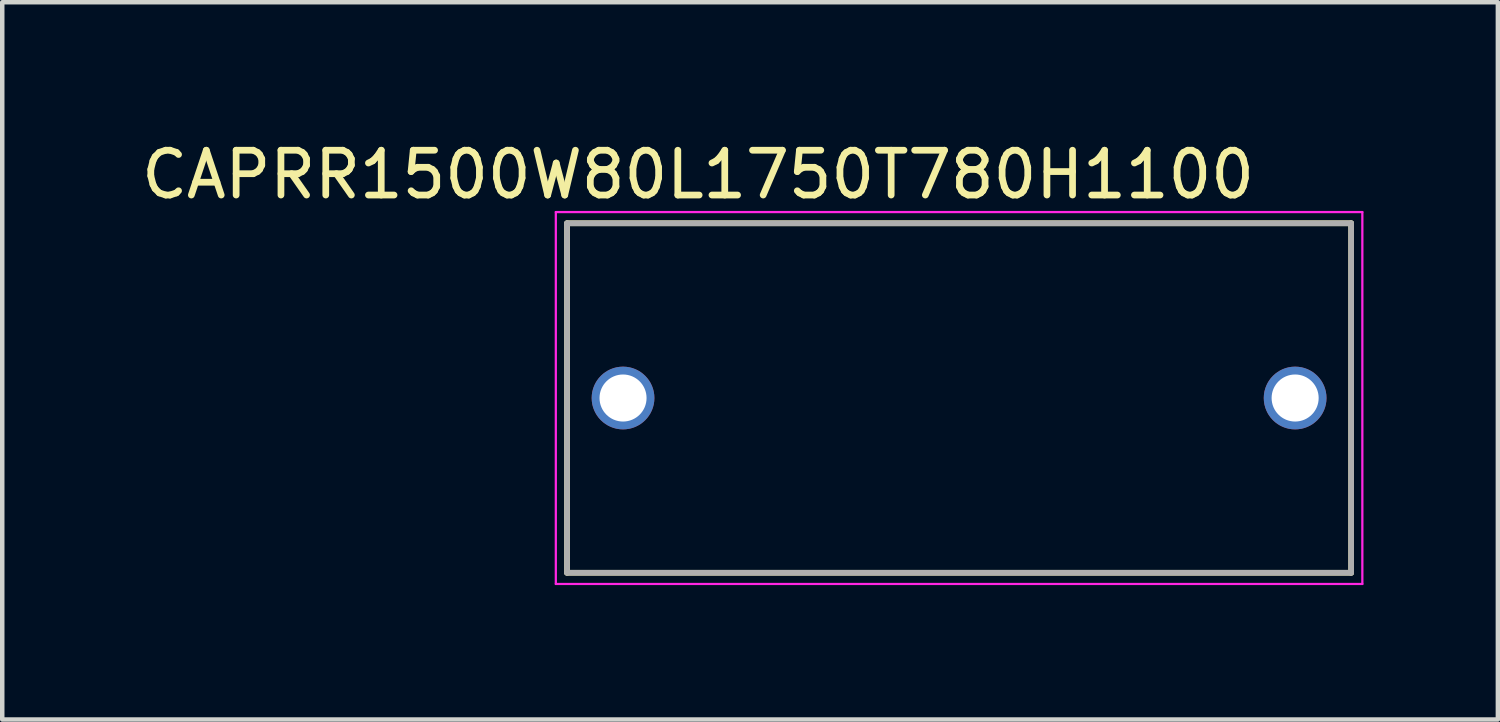
<source format=kicad_pcb>
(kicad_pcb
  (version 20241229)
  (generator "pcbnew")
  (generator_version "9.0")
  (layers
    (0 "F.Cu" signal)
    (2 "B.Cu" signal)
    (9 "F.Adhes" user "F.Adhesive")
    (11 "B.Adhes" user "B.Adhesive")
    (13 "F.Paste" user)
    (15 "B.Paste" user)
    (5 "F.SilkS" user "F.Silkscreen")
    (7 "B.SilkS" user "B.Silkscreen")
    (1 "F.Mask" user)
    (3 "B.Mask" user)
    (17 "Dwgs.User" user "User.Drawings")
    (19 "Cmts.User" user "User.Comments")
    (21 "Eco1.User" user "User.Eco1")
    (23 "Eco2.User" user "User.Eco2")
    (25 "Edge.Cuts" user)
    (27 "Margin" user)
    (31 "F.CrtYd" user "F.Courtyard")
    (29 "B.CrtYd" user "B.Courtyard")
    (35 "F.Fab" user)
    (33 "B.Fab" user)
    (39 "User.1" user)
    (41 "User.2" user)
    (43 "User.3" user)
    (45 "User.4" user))
  (footprint "CAPRR1500W80L1750T780H1100"
    (layer "F.Cu")
    (at 18.355 5.833)
    (property "Reference" "CAPRR1500W80L1750T780H1100" (at -5.825 -4.985 0) (layer "F.SilkS") (effects (font (size 1 1) (thickness 0.15))))
    (attr through_hole)
    (fp_line (start -8.75 -3.9) (end -8.75 3.9) (stroke (width 0.127) (type solid)) (layer "F.SilkS"))
    (fp_line (start -8.75 -3.9) (end 8.75 -3.9) (stroke (width 0.127) (type solid)) (layer "F.SilkS"))
    (fp_line (start -8.75 3.9) (end 8.75 3.9) (stroke (width 0.127) (type solid)) (layer "F.SilkS"))
    (fp_line (start 8.75 -3.9) (end 8.75 3.9) (stroke (width 0.127) (type solid)) (layer "F.SilkS"))
    (fp_line (start -9 -4.15) (end -9 4.15) (stroke (width 0.05) (type solid)) (layer "F.CrtYd"))
    (fp_line (start -9 -4.15) (end 9 -4.15) (stroke (width 0.05) (type solid)) (layer "F.CrtYd"))
    (fp_line (start 9 -4.15) (end 9 4.15) (stroke (width 0.05) (type solid)) (layer "F.CrtYd"))
    (fp_line (start 9 4.15) (end -9 4.15) (stroke (width 0.05) (type solid)) (layer "F.CrtYd"))
    (fp_line (start -8.75 -3.9) (end -8.75 3.9) (stroke (width 0.127) (type solid)) (layer "F.Fab"))
    (fp_line (start -8.75 -3.9) (end 8.75 -3.9) (stroke (width 0.127) (type solid)) (layer "F.Fab"))
    (fp_line (start 8.75 -3.9) (end 8.75 3.9) (stroke (width 0.127) (type solid)) (layer "F.Fab"))
    (fp_line (start 8.75 3.9) (end -8.75 3.9) (stroke (width 0.127) (type solid)) (layer "F.Fab"))
    (pad "1" thru_hole circle (at -7.5 0) (size 1.4 1.4) (drill 1.05) (layers "*.Cu" "*.Mask"))
    (pad "2" thru_hole circle (at 7.5 0) (size 1.4 1.4) (drill 1.05) (layers "*.Cu" "*.Mask")))
  (gr_rect
    (start -3 -3)
    (end 30.38 13.008)
    (stroke (width 0.1) (type default))
    (fill no)
    (layer "Edge.Cuts")))
</source>
